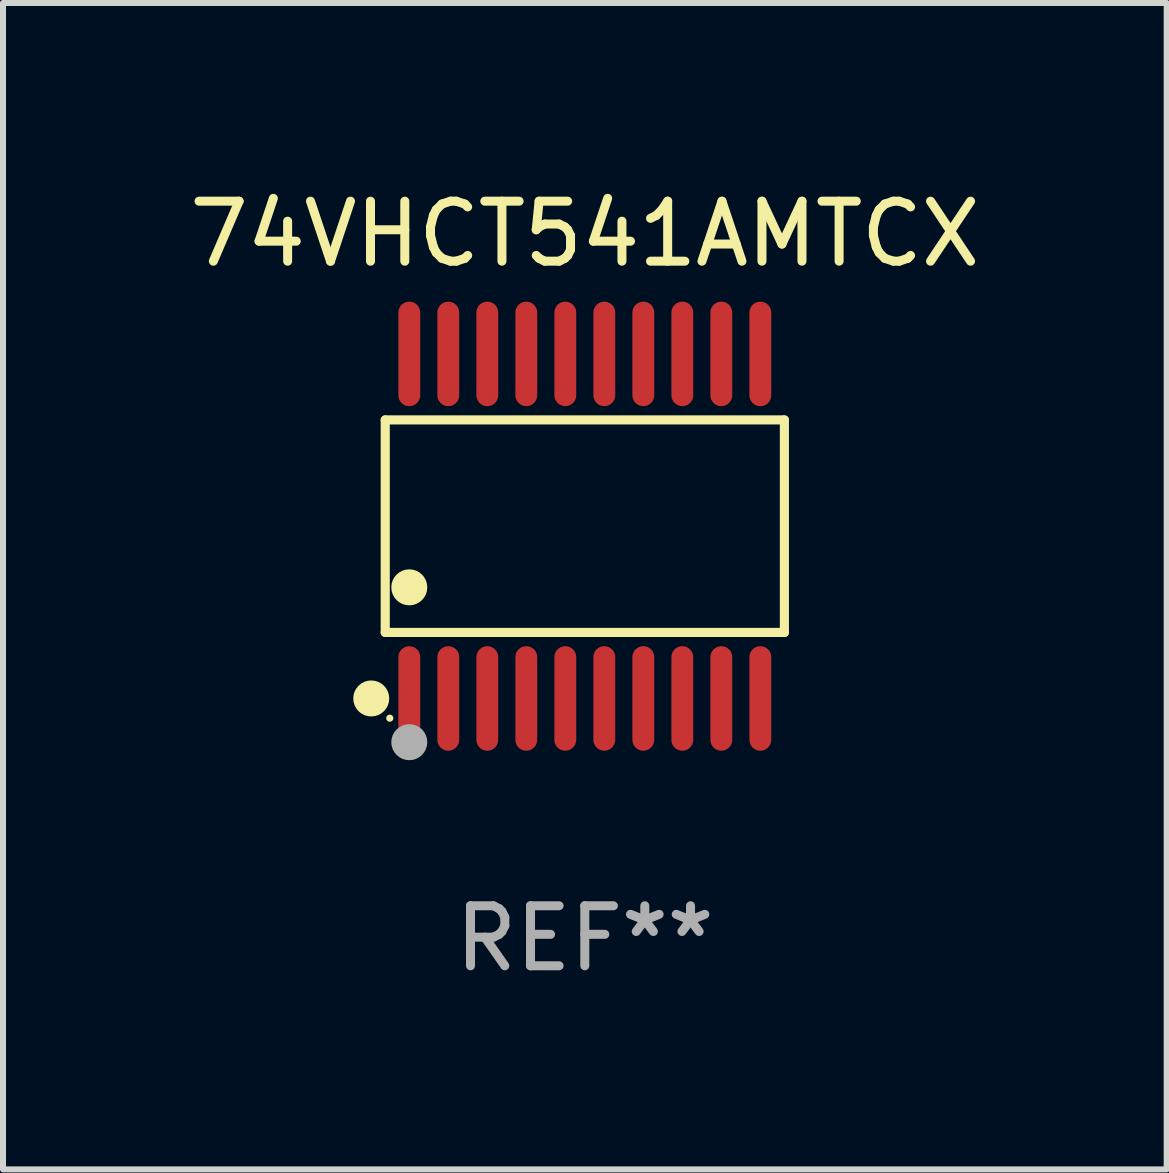
<source format=kicad_pcb>
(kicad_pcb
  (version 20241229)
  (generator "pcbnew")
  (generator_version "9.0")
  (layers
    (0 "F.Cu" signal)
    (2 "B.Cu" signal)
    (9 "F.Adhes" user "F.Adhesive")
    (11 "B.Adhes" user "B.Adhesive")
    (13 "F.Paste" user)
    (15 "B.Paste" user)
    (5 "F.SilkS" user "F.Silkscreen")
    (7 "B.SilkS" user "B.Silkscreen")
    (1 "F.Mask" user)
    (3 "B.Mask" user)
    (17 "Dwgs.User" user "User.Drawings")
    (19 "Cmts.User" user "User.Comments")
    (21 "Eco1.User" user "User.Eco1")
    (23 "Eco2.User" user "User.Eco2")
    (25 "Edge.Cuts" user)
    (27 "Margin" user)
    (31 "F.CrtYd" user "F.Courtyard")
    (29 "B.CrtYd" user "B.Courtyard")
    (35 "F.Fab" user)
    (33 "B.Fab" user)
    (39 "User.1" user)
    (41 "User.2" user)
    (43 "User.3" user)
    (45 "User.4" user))
  (footprint "74VHCT541AMTCX"
    (layer "F.Cu")
    (at 6.696 5.719)
    (property "Reference" "74VHCT541AMTCX" (at 0 -4.871 0) (layer "F.SilkS") (effects (font (size 1 1) (thickness 0.15))))
    (attr through_hole)
    (fp_line (start -3.326 -1.771) (end 3.326 -1.771) (stroke (width 0.152) (type solid)) (layer "F.SilkS"))
    (fp_line (start -3.326 1.771) (end -3.326 -1.771) (stroke (width 0.152) (type solid)) (layer "F.SilkS"))
    (fp_line (start 3.326 -1.771) (end 3.326 1.771) (stroke (width 0.152) (type solid)) (layer "F.SilkS"))
    (fp_line (start 3.326 1.771) (end -3.326 1.771) (stroke (width 0.152) (type solid)) (layer "F.SilkS"))
    (fp_circle (center -3.559 2.871) (end -3.409 2.871) (stroke (width 0.3) (type solid)) (fill no) (layer "F.SilkS"))
    (fp_circle (center -3.25 3.2) (end -3.22 3.2) (stroke (width 0.06) (type solid)) (fill no) (layer "F.SilkS"))
    (fp_circle (center -2.925 1.019) (end -2.775 1.019) (stroke (width 0.3) (type solid)) (fill no) (layer "F.SilkS"))
    (fp_circle (center -2.925 3.6) (end -2.775 3.6) (stroke (width 0.3) (type solid)) (fill no) (layer "F.Fab"))
    (fp_text user "REF**" (at 0 6.871 0) (layer "F.Fab") (effects (font (size 1 1) (thickness 0.15))))
    (pad "1" smd oval (at -2.925 2.871) (size 0.364 1.742) (layers "F.Cu" "F.Mask" "F.Paste"))
    (pad "2" smd oval (at -2.275 2.871) (size 0.364 1.742) (layers "F.Cu" "F.Mask" "F.Paste"))
    (pad "3" smd oval (at -1.625 2.871) (size 0.364 1.742) (layers "F.Cu" "F.Mask" "F.Paste"))
    (pad "4" smd oval (at -0.975 2.871) (size 0.364 1.742) (layers "F.Cu" "F.Mask" "F.Paste"))
    (pad "5" smd oval (at -0.325 2.871) (size 0.364 1.742) (layers "F.Cu" "F.Mask" "F.Paste"))
    (pad "6" smd oval (at 0.325 2.871) (size 0.364 1.742) (layers "F.Cu" "F.Mask" "F.Paste"))
    (pad "7" smd oval (at 0.975 2.871) (size 0.364 1.742) (layers "F.Cu" "F.Mask" "F.Paste"))
    (pad "8" smd oval (at 1.625 2.871) (size 0.364 1.742) (layers "F.Cu" "F.Mask" "F.Paste"))
    (pad "9" smd oval (at 2.275 2.871) (size 0.364 1.742) (layers "F.Cu" "F.Mask" "F.Paste"))
    (pad "10" smd oval (at 2.925 2.871) (size 0.364 1.742) (layers "F.Cu" "F.Mask" "F.Paste"))
    (pad "11" smd oval (at 2.925 -2.871) (size 0.364 1.742) (layers "F.Cu" "F.Mask" "F.Paste"))
    (pad "12" smd oval (at 2.275 -2.871) (size 0.364 1.742) (layers "F.Cu" "F.Mask" "F.Paste"))
    (pad "13" smd oval (at 1.625 -2.871) (size 0.364 1.742) (layers "F.Cu" "F.Mask" "F.Paste"))
    (pad "14" smd oval (at 0.975 -2.871) (size 0.364 1.742) (layers "F.Cu" "F.Mask" "F.Paste"))
    (pad "15" smd oval (at 0.325 -2.871) (size 0.364 1.742) (layers "F.Cu" "F.Mask" "F.Paste"))
    (pad "16" smd oval (at -0.325 -2.871) (size 0.364 1.742) (layers "F.Cu" "F.Mask" "F.Paste"))
    (pad "17" smd oval (at -0.975 -2.871) (size 0.364 1.742) (layers "F.Cu" "F.Mask" "F.Paste"))
    (pad "18" smd oval (at -1.625 -2.871) (size 0.364 1.742) (layers "F.Cu" "F.Mask" "F.Paste"))
    (pad "19" smd oval (at -2.275 -2.871) (size 0.364 1.742) (layers "F.Cu" "F.Mask" "F.Paste"))
    (pad "20" smd oval (at -2.925 -2.871) (size 0.364 1.742) (layers "F.Cu" "F.Mask" "F.Paste")))
  (gr_rect
    (start -3 -3)
    (end 16.393 16.438)
    (stroke (width 0.1) (type default))
    (fill no)
    (layer "Edge.Cuts")))
</source>
